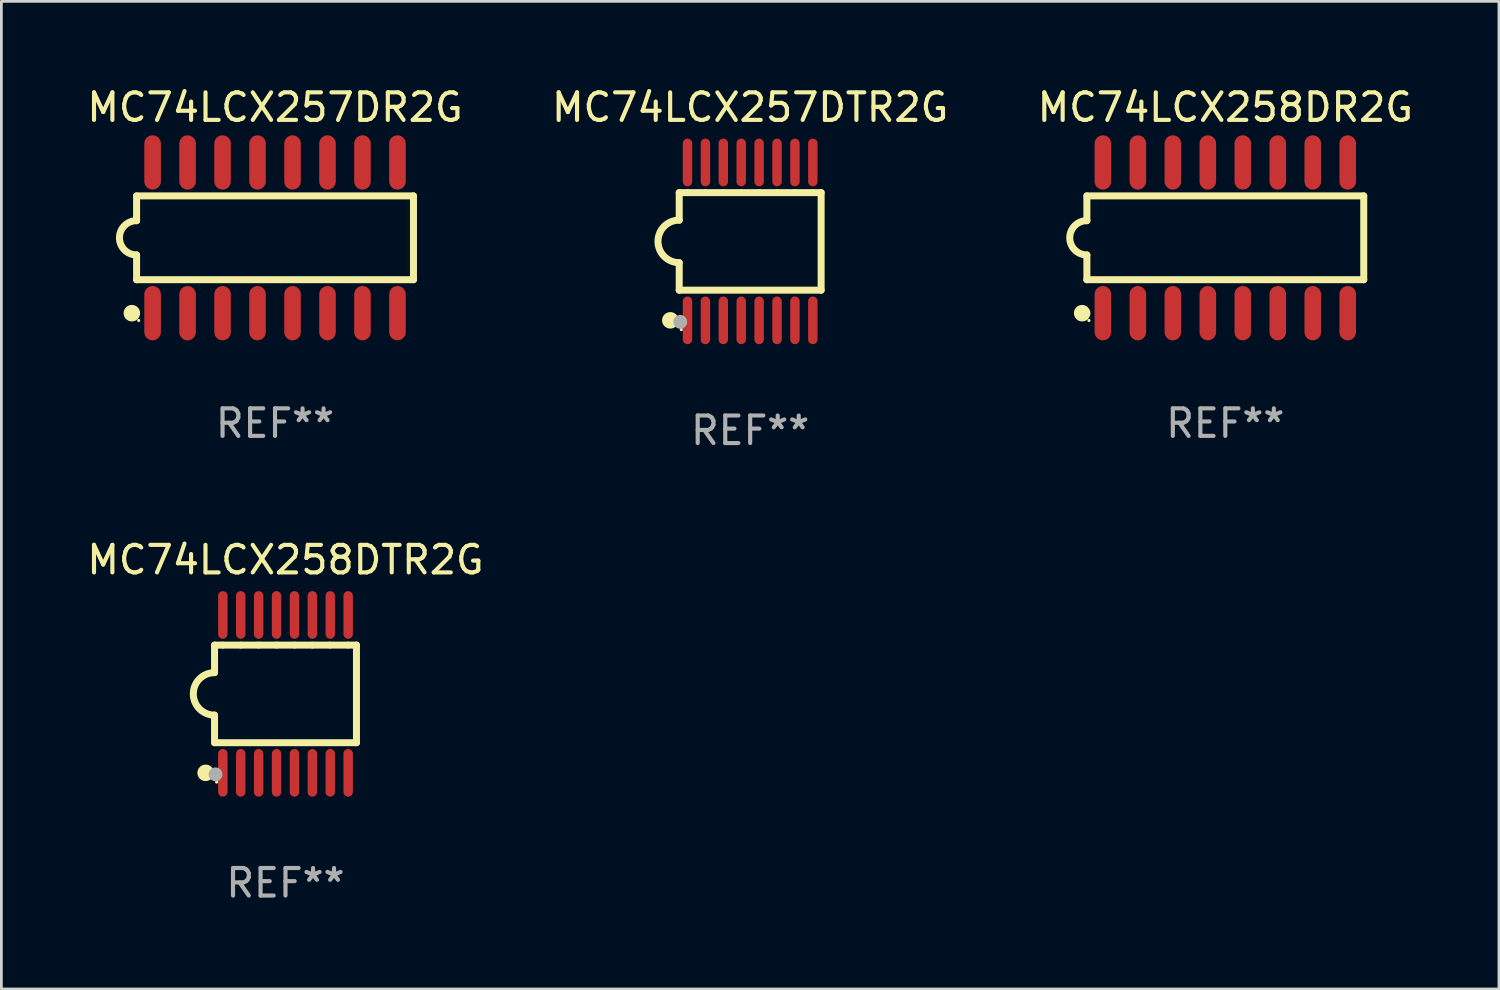
<source format=kicad_pcb>
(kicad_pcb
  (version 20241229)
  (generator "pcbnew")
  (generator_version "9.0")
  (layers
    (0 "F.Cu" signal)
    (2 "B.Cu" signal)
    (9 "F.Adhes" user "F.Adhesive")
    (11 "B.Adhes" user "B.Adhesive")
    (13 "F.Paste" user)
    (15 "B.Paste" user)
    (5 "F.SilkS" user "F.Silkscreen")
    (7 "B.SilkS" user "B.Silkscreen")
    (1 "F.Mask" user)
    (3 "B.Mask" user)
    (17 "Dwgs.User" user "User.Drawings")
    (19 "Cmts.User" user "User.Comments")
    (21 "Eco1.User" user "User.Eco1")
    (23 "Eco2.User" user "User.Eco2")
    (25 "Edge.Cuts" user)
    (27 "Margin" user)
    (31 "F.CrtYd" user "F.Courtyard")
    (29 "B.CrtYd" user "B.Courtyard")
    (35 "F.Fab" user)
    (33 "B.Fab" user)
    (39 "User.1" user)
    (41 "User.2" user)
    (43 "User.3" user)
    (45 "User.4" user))
  (footprint "MC74LCX258DR2G"
    (layer "F.Cu")
    (at 41.435 5.584)
    (property "Reference" "MC74LCX258DR2G" (at 0 -4.736 0) (layer "F.SilkS") (effects (font (size 1 1) (thickness 0.15))))
    (attr through_hole)
    (fp_line (start -5.026 -1.521) (end -5.026 -0.621) (stroke (width 0.254) (type solid)) (layer "F.SilkS"))
    (fp_line (start -5.026 -1.521) (end 5.026 -1.521) (stroke (width 0.254) (type solid)) (layer "F.SilkS"))
    (fp_line (start -5.026 1.521) (end -5.026 0.621) (stroke (width 0.254) (type solid)) (layer "F.SilkS"))
    (fp_line (start 5.026 -1.521) (end 5.026 1.521) (stroke (width 0.254) (type solid)) (layer "F.SilkS"))
    (fp_line (start 5.026 1.521) (end -5.026 1.521) (stroke (width 0.254) (type solid)) (layer "F.SilkS"))
    (fp_arc (start -5.026187 0.621387) (mid -5.647752 -0.000787) (end -5.025781 -0.622555) (stroke (width 0.254001) (type solid)) (layer "F.SilkS"))
    (fp_circle (center -5.198 2.736) (end -5.048 2.736) (stroke (width 0.3) (type solid)) (fill no) (layer "F.SilkS"))
    (fp_circle (center -4.95 3) (end -4.92 3) (stroke (width 0.06) (type solid)) (fill no) (layer "F.SilkS"))
    (fp_text user "REF**" (at 0 6.736 0) (layer "F.Fab") (effects (font (size 1 1) (thickness 0.15))))
    (pad "1" smd oval (at -4.445 2.736) (size 0.602 1.971) (layers "F.Cu" "F.Mask" "F.Paste"))
    (pad "2" smd oval (at -3.175 2.736) (size 0.602 1.971) (layers "F.Cu" "F.Mask" "F.Paste"))
    (pad "3" smd oval (at -1.905 2.736) (size 0.602 1.971) (layers "F.Cu" "F.Mask" "F.Paste"))
    (pad "4" smd oval (at -0.635 2.736) (size 0.602 1.971) (layers "F.Cu" "F.Mask" "F.Paste"))
    (pad "5" smd oval (at 0.635 2.736) (size 0.602 1.971) (layers "F.Cu" "F.Mask" "F.Paste"))
    (pad "6" smd oval (at 1.905 2.736) (size 0.602 1.971) (layers "F.Cu" "F.Mask" "F.Paste"))
    (pad "7" smd oval (at 3.175 2.736) (size 0.602 1.971) (layers "F.Cu" "F.Mask" "F.Paste"))
    (pad "8" smd oval (at 4.445 2.736) (size 0.602 1.971) (layers "F.Cu" "F.Mask" "F.Paste"))
    (pad "9" smd oval (at 4.445 -2.736) (size 0.602 1.971) (layers "F.Cu" "F.Mask" "F.Paste"))
    (pad "10" smd oval (at 3.175 -2.736) (size 0.602 1.971) (layers "F.Cu" "F.Mask" "F.Paste"))
    (pad "11" smd oval (at 1.905 -2.736) (size 0.602 1.971) (layers "F.Cu" "F.Mask" "F.Paste"))
    (pad "12" smd oval (at 0.635 -2.736) (size 0.602 1.971) (layers "F.Cu" "F.Mask" "F.Paste"))
    (pad "13" smd oval (at -0.635 -2.736) (size 0.602 1.971) (layers "F.Cu" "F.Mask" "F.Paste"))
    (pad "14" smd oval (at -1.905 -2.736) (size 0.602 1.971) (layers "F.Cu" "F.Mask" "F.Paste"))
    (pad "15" smd oval (at -3.175 -2.736) (size 0.602 1.971) (layers "F.Cu" "F.Mask" "F.Paste"))
    (pad "16" smd oval (at -4.445 -2.736) (size 0.602 1.971) (layers "F.Cu" "F.Mask" "F.Paste")))
  (footprint "MC74LCX257DR2G"
    (layer "F.Cu")
    (at 6.935 5.584)
    (property "Reference" "MC74LCX257DR2G" (at 0 -4.736 0) (layer "F.SilkS") (effects (font (size 1 1) (thickness 0.15))))
    (attr through_hole)
    (fp_line (start -5.026 -1.521) (end -5.026 -0.621) (stroke (width 0.254) (type solid)) (layer "F.SilkS"))
    (fp_line (start -5.026 -1.521) (end 5.026 -1.521) (stroke (width 0.254) (type solid)) (layer "F.SilkS"))
    (fp_line (start -5.026 1.521) (end -5.026 0.621) (stroke (width 0.254) (type solid)) (layer "F.SilkS"))
    (fp_line (start 5.026 -1.521) (end 5.026 1.521) (stroke (width 0.254) (type solid)) (layer "F.SilkS"))
    (fp_line (start 5.026 1.521) (end -5.026 1.521) (stroke (width 0.254) (type solid)) (layer "F.SilkS"))
    (fp_arc (start -5.026187 0.621387) (mid -5.647752 -0.000787) (end -5.025781 -0.622555) (stroke (width 0.254001) (type solid)) (layer "F.SilkS"))
    (fp_circle (center -5.198 2.736) (end -5.048 2.736) (stroke (width 0.3) (type solid)) (fill no) (layer "F.SilkS"))
    (fp_circle (center -4.95 3) (end -4.92 3) (stroke (width 0.06) (type solid)) (fill no) (layer "F.SilkS"))
    (fp_text user "REF**" (at 0 6.736 0) (layer "F.Fab") (effects (font (size 1 1) (thickness 0.15))))
    (pad "1" smd oval (at -4.445 2.736) (size 0.602 1.971) (layers "F.Cu" "F.Mask" "F.Paste"))
    (pad "2" smd oval (at -3.175 2.736) (size 0.602 1.971) (layers "F.Cu" "F.Mask" "F.Paste"))
    (pad "3" smd oval (at -1.905 2.736) (size 0.602 1.971) (layers "F.Cu" "F.Mask" "F.Paste"))
    (pad "4" smd oval (at -0.635 2.736) (size 0.602 1.971) (layers "F.Cu" "F.Mask" "F.Paste"))
    (pad "5" smd oval (at 0.635 2.736) (size 0.602 1.971) (layers "F.Cu" "F.Mask" "F.Paste"))
    (pad "6" smd oval (at 1.905 2.736) (size 0.602 1.971) (layers "F.Cu" "F.Mask" "F.Paste"))
    (pad "7" smd oval (at 3.175 2.736) (size 0.602 1.971) (layers "F.Cu" "F.Mask" "F.Paste"))
    (pad "8" smd oval (at 4.445 2.736) (size 0.602 1.971) (layers "F.Cu" "F.Mask" "F.Paste"))
    (pad "9" smd oval (at 4.445 -2.736) (size 0.602 1.971) (layers "F.Cu" "F.Mask" "F.Paste"))
    (pad "10" smd oval (at 3.175 -2.736) (size 0.602 1.971) (layers "F.Cu" "F.Mask" "F.Paste"))
    (pad "11" smd oval (at 1.905 -2.736) (size 0.602 1.971) (layers "F.Cu" "F.Mask" "F.Paste"))
    (pad "12" smd oval (at 0.635 -2.736) (size 0.602 1.971) (layers "F.Cu" "F.Mask" "F.Paste"))
    (pad "13" smd oval (at -0.635 -2.736) (size 0.602 1.971) (layers "F.Cu" "F.Mask" "F.Paste"))
    (pad "14" smd oval (at -1.905 -2.736) (size 0.602 1.971) (layers "F.Cu" "F.Mask" "F.Paste"))
    (pad "15" smd oval (at -3.175 -2.736) (size 0.602 1.971) (layers "F.Cu" "F.Mask" "F.Paste"))
    (pad "16" smd oval (at -4.445 -2.736) (size 0.602 1.971) (layers "F.Cu" "F.Mask" "F.Paste")))
  (footprint "MC74LCX258DTR2G"
    (layer "F.Cu")
    (at 7.315 22.142)
    (property "Reference" "MC74LCX258DTR2G" (at 0 -4.866 0) (layer "F.SilkS") (effects (font (size 1 1) (thickness 0.15))))
    (attr through_hole)
    (fp_line (start -2.576 -1.771) (end -2.576 -0.771) (stroke (width 0.254) (type solid)) (layer "F.SilkS"))
    (fp_line (start -2.576 -1.771) (end -2.289 -1.771) (stroke (width 0.254) (type solid)) (layer "F.SilkS"))
    (fp_line (start -2.576 1.771) (end -2.576 0.771) (stroke (width 0.254) (type solid)) (layer "F.SilkS"))
    (fp_line (start -2.261 -1.771) (end -1.639 -1.771) (stroke (width 0.254) (type solid)) (layer "F.SilkS"))
    (fp_line (start -1.612 -1.771) (end -0.989 -1.771) (stroke (width 0.254) (type solid)) (layer "F.SilkS"))
    (fp_line (start -0.962 -1.771) (end -0.338 -1.771) (stroke (width 0.254) (type solid)) (layer "F.SilkS"))
    (fp_line (start -0.311 -1.771) (end 0.312 -1.771) (stroke (width 0.254) (type solid)) (layer "F.SilkS"))
    (fp_line (start 0.339 -1.771) (end 0.962 -1.771) (stroke (width 0.254) (type solid)) (layer "F.SilkS"))
    (fp_line (start 0.989 -1.771) (end 1.612 -1.771) (stroke (width 0.254) (type solid)) (layer "F.SilkS"))
    (fp_line (start 1.639 -1.771) (end 2.261 -1.771) (stroke (width 0.254) (type solid)) (layer "F.SilkS"))
    (fp_line (start 2.289 -1.771) (end 2.576 -1.771) (stroke (width 0.254) (type solid)) (layer "F.SilkS"))
    (fp_line (start 2.576 -1.771) (end 2.576 1.771) (stroke (width 0.254) (type solid)) (layer "F.SilkS"))
    (fp_line (start 2.576 1.771) (end -2.576 1.771) (stroke (width 0.254) (type solid)) (layer "F.SilkS"))
    (fp_arc (start -2.576226 0.7714) (mid -3.346889 -0.000648) (end -2.575311 -0.771781) (stroke (width 0.254001) (type solid)) (layer "F.SilkS"))
    (fp_circle (center -2.899 2.866) (end -2.749 2.866) (stroke (width 0.3) (type solid)) (fill no) (layer "F.SilkS"))
    (fp_circle (center -2.5 3.2) (end -2.47 3.2) (stroke (width 0.06) (type solid)) (fill no) (layer "F.SilkS"))
    (fp_circle (center -2.54 2.921) (end -2.413 2.921) (stroke (width 0.254) (type solid)) (fill no) (layer "F.Fab"))
    (fp_text user "REF**" (at 0 6.866 0) (layer "F.Fab") (effects (font (size 1 1) (thickness 0.15))))
    (pad "1" smd oval (at -2.275 2.866) (size 0.343 1.731) (layers "F.Cu" "F.Mask" "F.Paste"))
    (pad "2" smd oval (at -1.625 2.866) (size 0.343 1.731) (layers "F.Cu" "F.Mask" "F.Paste"))
    (pad "3" smd oval (at -0.975 2.866) (size 0.343 1.731) (layers "F.Cu" "F.Mask" "F.Paste"))
    (pad "4" smd oval (at -0.325 2.866) (size 0.343 1.731) (layers "F.Cu" "F.Mask" "F.Paste"))
    (pad "5" smd oval (at 0.325 2.866) (size 0.343 1.731) (layers "F.Cu" "F.Mask" "F.Paste"))
    (pad "6" smd oval (at 0.975 2.866) (size 0.343 1.731) (layers "F.Cu" "F.Mask" "F.Paste"))
    (pad "7" smd oval (at 1.625 2.866) (size 0.343 1.731) (layers "F.Cu" "F.Mask" "F.Paste"))
    (pad "8" smd oval (at 2.275 2.866) (size 0.343 1.731) (layers "F.Cu" "F.Mask" "F.Paste"))
    (pad "9" smd oval (at 2.275 -2.866) (size 0.343 1.731) (layers "F.Cu" "F.Mask" "F.Paste"))
    (pad "10" smd oval (at 1.625 -2.866) (size 0.343 1.731) (layers "F.Cu" "F.Mask" "F.Paste"))
    (pad "11" smd oval (at 0.975 -2.866) (size 0.343 1.731) (layers "F.Cu" "F.Mask" "F.Paste"))
    (pad "12" smd oval (at 0.325 -2.866) (size 0.343 1.731) (layers "F.Cu" "F.Mask" "F.Paste"))
    (pad "13" smd oval (at -0.325 -2.866) (size 0.343 1.731) (layers "F.Cu" "F.Mask" "F.Paste"))
    (pad "14" smd oval (at -0.975 -2.866) (size 0.343 1.731) (layers "F.Cu" "F.Mask" "F.Paste"))
    (pad "15" smd oval (at -1.625 -2.866) (size 0.343 1.731) (layers "F.Cu" "F.Mask" "F.Paste"))
    (pad "16" smd oval (at -2.275 -2.866) (size 0.343 1.731) (layers "F.Cu" "F.Mask" "F.Paste")))
  (footprint "MC74LCX257DTR2G"
    (layer "F.Cu")
    (at 24.185 5.714)
    (property "Reference" "MC74LCX257DTR2G" (at 0 -4.866 0) (layer "F.SilkS") (effects (font (size 1 1) (thickness 0.15))))
    (attr through_hole)
    (fp_line (start -2.576 -1.771) (end -2.576 -0.771) (stroke (width 0.254) (type solid)) (layer "F.SilkS"))
    (fp_line (start -2.576 -1.771) (end -2.289 -1.771) (stroke (width 0.254) (type solid)) (layer "F.SilkS"))
    (fp_line (start -2.576 1.771) (end -2.576 0.771) (stroke (width 0.254) (type solid)) (layer "F.SilkS"))
    (fp_line (start -2.261 -1.771) (end -1.639 -1.771) (stroke (width 0.254) (type solid)) (layer "F.SilkS"))
    (fp_line (start -1.612 -1.771) (end -0.989 -1.771) (stroke (width 0.254) (type solid)) (layer "F.SilkS"))
    (fp_line (start -0.962 -1.771) (end -0.338 -1.771) (stroke (width 0.254) (type solid)) (layer "F.SilkS"))
    (fp_line (start -0.311 -1.771) (end 0.312 -1.771) (stroke (width 0.254) (type solid)) (layer "F.SilkS"))
    (fp_line (start 0.339 -1.771) (end 0.962 -1.771) (stroke (width 0.254) (type solid)) (layer "F.SilkS"))
    (fp_line (start 0.989 -1.771) (end 1.612 -1.771) (stroke (width 0.254) (type solid)) (layer "F.SilkS"))
    (fp_line (start 1.639 -1.771) (end 2.261 -1.771) (stroke (width 0.254) (type solid)) (layer "F.SilkS"))
    (fp_line (start 2.289 -1.771) (end 2.576 -1.771) (stroke (width 0.254) (type solid)) (layer "F.SilkS"))
    (fp_line (start 2.576 -1.771) (end 2.576 1.771) (stroke (width 0.254) (type solid)) (layer "F.SilkS"))
    (fp_line (start 2.576 1.771) (end -2.576 1.771) (stroke (width 0.254) (type solid)) (layer "F.SilkS"))
    (fp_arc (start -2.576226 0.7714) (mid -3.346889 -0.000648) (end -2.575311 -0.771781) (stroke (width 0.254001) (type solid)) (layer "F.SilkS"))
    (fp_circle (center -2.899 2.866) (end -2.749 2.866) (stroke (width 0.3) (type solid)) (fill no) (layer "F.SilkS"))
    (fp_circle (center -2.5 3.2) (end -2.47 3.2) (stroke (width 0.06) (type solid)) (fill no) (layer "F.SilkS"))
    (fp_circle (center -2.54 2.921) (end -2.413 2.921) (stroke (width 0.254) (type solid)) (fill no) (layer "F.Fab"))
    (fp_text user "REF**" (at 0 6.866 0) (layer "F.Fab") (effects (font (size 1 1) (thickness 0.15))))
    (pad "1" smd oval (at -2.275 2.866) (size 0.343 1.731) (layers "F.Cu" "F.Mask" "F.Paste"))
    (pad "2" smd oval (at -1.625 2.866) (size 0.343 1.731) (layers "F.Cu" "F.Mask" "F.Paste"))
    (pad "3" smd oval (at -0.975 2.866) (size 0.343 1.731) (layers "F.Cu" "F.Mask" "F.Paste"))
    (pad "4" smd oval (at -0.325 2.866) (size 0.343 1.731) (layers "F.Cu" "F.Mask" "F.Paste"))
    (pad "5" smd oval (at 0.325 2.866) (size 0.343 1.731) (layers "F.Cu" "F.Mask" "F.Paste"))
    (pad "6" smd oval (at 0.975 2.866) (size 0.343 1.731) (layers "F.Cu" "F.Mask" "F.Paste"))
    (pad "7" smd oval (at 1.625 2.866) (size 0.343 1.731) (layers "F.Cu" "F.Mask" "F.Paste"))
    (pad "8" smd oval (at 2.275 2.866) (size 0.343 1.731) (layers "F.Cu" "F.Mask" "F.Paste"))
    (pad "9" smd oval (at 2.275 -2.866) (size 0.343 1.731) (layers "F.Cu" "F.Mask" "F.Paste"))
    (pad "10" smd oval (at 1.625 -2.866) (size 0.343 1.731) (layers "F.Cu" "F.Mask" "F.Paste"))
    (pad "11" smd oval (at 0.975 -2.866) (size 0.343 1.731) (layers "F.Cu" "F.Mask" "F.Paste"))
    (pad "12" smd oval (at 0.325 -2.866) (size 0.343 1.731) (layers "F.Cu" "F.Mask" "F.Paste"))
    (pad "13" smd oval (at -0.325 -2.866) (size 0.343 1.731) (layers "F.Cu" "F.Mask" "F.Paste"))
    (pad "14" smd oval (at -0.975 -2.866) (size 0.343 1.731) (layers "F.Cu" "F.Mask" "F.Paste"))
    (pad "15" smd oval (at -1.625 -2.866) (size 0.343 1.731) (layers "F.Cu" "F.Mask" "F.Paste"))
    (pad "16" smd oval (at -2.275 -2.866) (size 0.343 1.731) (layers "F.Cu" "F.Mask" "F.Paste")))
  (gr_rect
    (start -3 -3)
    (end 51.369 32.856)
    (stroke (width 0.1) (type default))
    (fill no)
    (layer "Edge.Cuts")))
</source>
